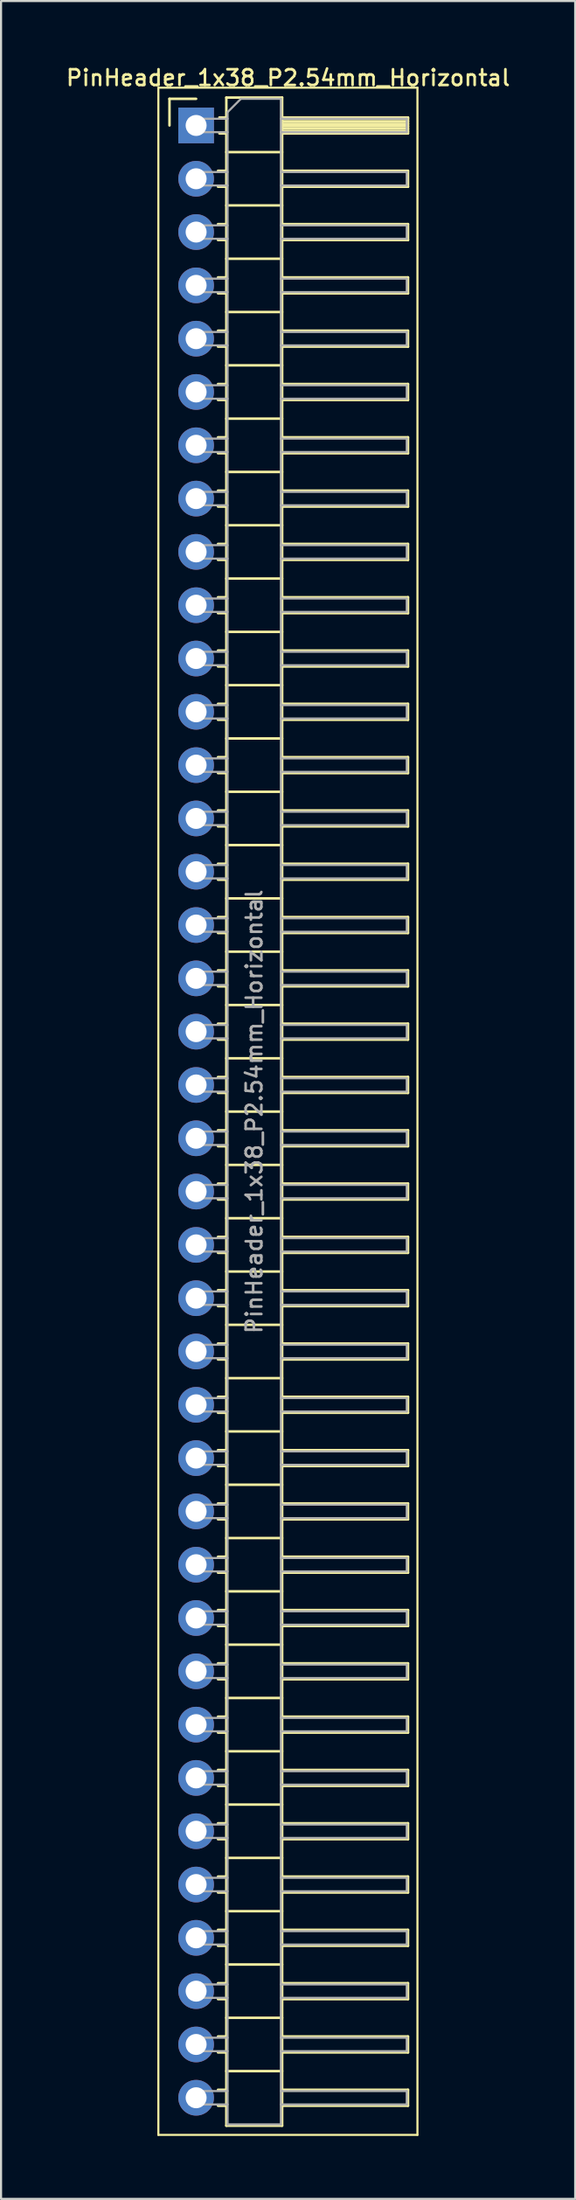
<source format=kicad_pcb>
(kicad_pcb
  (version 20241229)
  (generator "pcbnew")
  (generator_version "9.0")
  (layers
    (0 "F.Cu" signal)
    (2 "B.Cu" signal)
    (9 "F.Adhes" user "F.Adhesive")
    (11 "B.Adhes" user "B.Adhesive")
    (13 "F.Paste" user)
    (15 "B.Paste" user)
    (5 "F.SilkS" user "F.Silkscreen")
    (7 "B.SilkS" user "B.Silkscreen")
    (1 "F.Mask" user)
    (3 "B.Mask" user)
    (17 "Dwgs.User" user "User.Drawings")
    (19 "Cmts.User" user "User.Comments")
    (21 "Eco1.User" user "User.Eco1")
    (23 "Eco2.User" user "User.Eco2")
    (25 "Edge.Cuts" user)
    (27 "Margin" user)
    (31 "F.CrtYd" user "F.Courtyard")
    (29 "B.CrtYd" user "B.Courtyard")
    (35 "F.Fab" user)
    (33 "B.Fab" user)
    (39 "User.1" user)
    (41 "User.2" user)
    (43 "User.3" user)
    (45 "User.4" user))
  (footprint "PinHeader_1x38_P2.54mm_Horizontal"
    (layer "F.Cu")
    (at 6.299 2.928)
    (property "Reference" "PinHeader_1x38_P2.54mm_Horizontal" (at 4.385 -2.27 0) (layer "F.SilkS") (effects (font (size 0.75 0.75) (thickness 0.125))))
    (attr through_hole)
    (fp_line (start -1.8 -1.8) (end -1.8 95.75) (stroke (width 0.1) (type solid)) (layer "F.SilkS"))
    (fp_line (start -1.8 95.75) (end 10.55 95.75) (stroke (width 0.1) (type solid)) (layer "F.SilkS"))
    (fp_line (start -1.27 -1.27) (end 0 -1.27) (stroke (width 0.12) (type solid)) (layer "F.SilkS"))
    (fp_line (start -1.27 0) (end -1.27 -1.27) (stroke (width 0.12) (type solid)) (layer "F.SilkS"))
    (fp_line (start 1.043 2.16) (end 1.44 2.16) (stroke (width 0.12) (type solid)) (layer "F.SilkS"))
    (fp_line (start 1.043 2.92) (end 1.44 2.92) (stroke (width 0.12) (type solid)) (layer "F.SilkS"))
    (fp_line (start 1.043 4.7) (end 1.44 4.7) (stroke (width 0.12) (type solid)) (layer "F.SilkS"))
    (fp_line (start 1.043 5.46) (end 1.44 5.46) (stroke (width 0.12) (type solid)) (layer "F.SilkS"))
    (fp_line (start 1.043 7.24) (end 1.44 7.24) (stroke (width 0.12) (type solid)) (layer "F.SilkS"))
    (fp_line (start 1.043 8) (end 1.44 8) (stroke (width 0.12) (type solid)) (layer "F.SilkS"))
    (fp_line (start 1.043 9.78) (end 1.44 9.78) (stroke (width 0.12) (type solid)) (layer "F.SilkS"))
    (fp_line (start 1.043 10.54) (end 1.44 10.54) (stroke (width 0.12) (type solid)) (layer "F.SilkS"))
    (fp_line (start 1.043 12.32) (end 1.44 12.32) (stroke (width 0.12) (type solid)) (layer "F.SilkS"))
    (fp_line (start 1.043 13.08) (end 1.44 13.08) (stroke (width 0.12) (type solid)) (layer "F.SilkS"))
    (fp_line (start 1.043 14.86) (end 1.44 14.86) (stroke (width 0.12) (type solid)) (layer "F.SilkS"))
    (fp_line (start 1.043 15.62) (end 1.44 15.62) (stroke (width 0.12) (type solid)) (layer "F.SilkS"))
    (fp_line (start 1.043 17.4) (end 1.44 17.4) (stroke (width 0.12) (type solid)) (layer "F.SilkS"))
    (fp_line (start 1.043 18.16) (end 1.44 18.16) (stroke (width 0.12) (type solid)) (layer "F.SilkS"))
    (fp_line (start 1.043 19.94) (end 1.44 19.94) (stroke (width 0.12) (type solid)) (layer "F.SilkS"))
    (fp_line (start 1.043 20.7) (end 1.44 20.7) (stroke (width 0.12) (type solid)) (layer "F.SilkS"))
    (fp_line (start 1.043 22.48) (end 1.44 22.48) (stroke (width 0.12) (type solid)) (layer "F.SilkS"))
    (fp_line (start 1.043 23.24) (end 1.44 23.24) (stroke (width 0.12) (type solid)) (layer "F.SilkS"))
    (fp_line (start 1.043 25.02) (end 1.44 25.02) (stroke (width 0.12) (type solid)) (layer "F.SilkS"))
    (fp_line (start 1.043 25.78) (end 1.44 25.78) (stroke (width 0.12) (type solid)) (layer "F.SilkS"))
    (fp_line (start 1.043 27.56) (end 1.44 27.56) (stroke (width 0.12) (type solid)) (layer "F.SilkS"))
    (fp_line (start 1.043 28.32) (end 1.44 28.32) (stroke (width 0.12) (type solid)) (layer "F.SilkS"))
    (fp_line (start 1.043 30.1) (end 1.44 30.1) (stroke (width 0.12) (type solid)) (layer "F.SilkS"))
    (fp_line (start 1.043 30.86) (end 1.44 30.86) (stroke (width 0.12) (type solid)) (layer "F.SilkS"))
    (fp_line (start 1.043 32.64) (end 1.44 32.64) (stroke (width 0.12) (type solid)) (layer "F.SilkS"))
    (fp_line (start 1.043 33.4) (end 1.44 33.4) (stroke (width 0.12) (type solid)) (layer "F.SilkS"))
    (fp_line (start 1.043 35.18) (end 1.44 35.18) (stroke (width 0.12) (type solid)) (layer "F.SilkS"))
    (fp_line (start 1.043 35.94) (end 1.44 35.94) (stroke (width 0.12) (type solid)) (layer "F.SilkS"))
    (fp_line (start 1.043 37.72) (end 1.44 37.72) (stroke (width 0.12) (type solid)) (layer "F.SilkS"))
    (fp_line (start 1.043 38.48) (end 1.44 38.48) (stroke (width 0.12) (type solid)) (layer "F.SilkS"))
    (fp_line (start 1.043 40.26) (end 1.44 40.26) (stroke (width 0.12) (type solid)) (layer "F.SilkS"))
    (fp_line (start 1.043 41.02) (end 1.44 41.02) (stroke (width 0.12) (type solid)) (layer "F.SilkS"))
    (fp_line (start 1.043 42.8) (end 1.44 42.8) (stroke (width 0.12) (type solid)) (layer "F.SilkS"))
    (fp_line (start 1.043 43.56) (end 1.44 43.56) (stroke (width 0.12) (type solid)) (layer "F.SilkS"))
    (fp_line (start 1.043 45.34) (end 1.44 45.34) (stroke (width 0.12) (type solid)) (layer "F.SilkS"))
    (fp_line (start 1.043 46.1) (end 1.44 46.1) (stroke (width 0.12) (type solid)) (layer "F.SilkS"))
    (fp_line (start 1.043 47.88) (end 1.44 47.88) (stroke (width 0.12) (type solid)) (layer "F.SilkS"))
    (fp_line (start 1.043 48.64) (end 1.44 48.64) (stroke (width 0.12) (type solid)) (layer "F.SilkS"))
    (fp_line (start 1.043 50.42) (end 1.44 50.42) (stroke (width 0.12) (type solid)) (layer "F.SilkS"))
    (fp_line (start 1.043 51.18) (end 1.44 51.18) (stroke (width 0.12) (type solid)) (layer "F.SilkS"))
    (fp_line (start 1.043 52.96) (end 1.44 52.96) (stroke (width 0.12) (type solid)) (layer "F.SilkS"))
    (fp_line (start 1.043 53.72) (end 1.44 53.72) (stroke (width 0.12) (type solid)) (layer "F.SilkS"))
    (fp_line (start 1.043 55.5) (end 1.44 55.5) (stroke (width 0.12) (type solid)) (layer "F.SilkS"))
    (fp_line (start 1.043 56.26) (end 1.44 56.26) (stroke (width 0.12) (type solid)) (layer "F.SilkS"))
    (fp_line (start 1.043 58.04) (end 1.44 58.04) (stroke (width 0.12) (type solid)) (layer "F.SilkS"))
    (fp_line (start 1.043 58.8) (end 1.44 58.8) (stroke (width 0.12) (type solid)) (layer "F.SilkS"))
    (fp_line (start 1.043 60.58) (end 1.44 60.58) (stroke (width 0.12) (type solid)) (layer "F.SilkS"))
    (fp_line (start 1.043 61.34) (end 1.44 61.34) (stroke (width 0.12) (type solid)) (layer "F.SilkS"))
    (fp_line (start 1.043 63.12) (end 1.44 63.12) (stroke (width 0.12) (type solid)) (layer "F.SilkS"))
    (fp_line (start 1.043 63.88) (end 1.44 63.88) (stroke (width 0.12) (type solid)) (layer "F.SilkS"))
    (fp_line (start 1.043 65.66) (end 1.44 65.66) (stroke (width 0.12) (type solid)) (layer "F.SilkS"))
    (fp_line (start 1.043 66.42) (end 1.44 66.42) (stroke (width 0.12) (type solid)) (layer "F.SilkS"))
    (fp_line (start 1.043 68.2) (end 1.44 68.2) (stroke (width 0.12) (type solid)) (layer "F.SilkS"))
    (fp_line (start 1.043 68.96) (end 1.44 68.96) (stroke (width 0.12) (type solid)) (layer "F.SilkS"))
    (fp_line (start 1.043 70.74) (end 1.44 70.74) (stroke (width 0.12) (type solid)) (layer "F.SilkS"))
    (fp_line (start 1.043 71.5) (end 1.44 71.5) (stroke (width 0.12) (type solid)) (layer "F.SilkS"))
    (fp_line (start 1.043 73.28) (end 1.44 73.28) (stroke (width 0.12) (type solid)) (layer "F.SilkS"))
    (fp_line (start 1.043 74.04) (end 1.44 74.04) (stroke (width 0.12) (type solid)) (layer "F.SilkS"))
    (fp_line (start 1.043 75.82) (end 1.44 75.82) (stroke (width 0.12) (type solid)) (layer "F.SilkS"))
    (fp_line (start 1.043 76.58) (end 1.44 76.58) (stroke (width 0.12) (type solid)) (layer "F.SilkS"))
    (fp_line (start 1.043 78.36) (end 1.44 78.36) (stroke (width 0.12) (type solid)) (layer "F.SilkS"))
    (fp_line (start 1.043 79.12) (end 1.44 79.12) (stroke (width 0.12) (type solid)) (layer "F.SilkS"))
    (fp_line (start 1.043 80.9) (end 1.44 80.9) (stroke (width 0.12) (type solid)) (layer "F.SilkS"))
    (fp_line (start 1.043 81.66) (end 1.44 81.66) (stroke (width 0.12) (type solid)) (layer "F.SilkS"))
    (fp_line (start 1.043 83.44) (end 1.44 83.44) (stroke (width 0.12) (type solid)) (layer "F.SilkS"))
    (fp_line (start 1.043 84.2) (end 1.44 84.2) (stroke (width 0.12) (type solid)) (layer "F.SilkS"))
    (fp_line (start 1.043 85.98) (end 1.44 85.98) (stroke (width 0.12) (type solid)) (layer "F.SilkS"))
    (fp_line (start 1.043 86.74) (end 1.44 86.74) (stroke (width 0.12) (type solid)) (layer "F.SilkS"))
    (fp_line (start 1.043 88.52) (end 1.44 88.52) (stroke (width 0.12) (type solid)) (layer "F.SilkS"))
    (fp_line (start 1.043 89.28) (end 1.44 89.28) (stroke (width 0.12) (type solid)) (layer "F.SilkS"))
    (fp_line (start 1.043 91.06) (end 1.44 91.06) (stroke (width 0.12) (type solid)) (layer "F.SilkS"))
    (fp_line (start 1.043 91.82) (end 1.44 91.82) (stroke (width 0.12) (type solid)) (layer "F.SilkS"))
    (fp_line (start 1.043 93.6) (end 1.44 93.6) (stroke (width 0.12) (type solid)) (layer "F.SilkS"))
    (fp_line (start 1.043 94.36) (end 1.44 94.36) (stroke (width 0.12) (type solid)) (layer "F.SilkS"))
    (fp_line (start 1.11 -0.38) (end 1.44 -0.38) (stroke (width 0.12) (type solid)) (layer "F.SilkS"))
    (fp_line (start 1.11 0.38) (end 1.44 0.38) (stroke (width 0.12) (type solid)) (layer "F.SilkS"))
    (fp_line (start 1.44 -1.33) (end 1.44 95.31) (stroke (width 0.12) (type solid)) (layer "F.SilkS"))
    (fp_line (start 1.44 1.27) (end 4.1 1.27) (stroke (width 0.12) (type solid)) (layer "F.SilkS"))
    (fp_line (start 1.44 3.81) (end 4.1 3.81) (stroke (width 0.12) (type solid)) (layer "F.SilkS"))
    (fp_line (start 1.44 6.35) (end 4.1 6.35) (stroke (width 0.12) (type solid)) (layer "F.SilkS"))
    (fp_line (start 1.44 8.89) (end 4.1 8.89) (stroke (width 0.12) (type solid)) (layer "F.SilkS"))
    (fp_line (start 1.44 11.43) (end 4.1 11.43) (stroke (width 0.12) (type solid)) (layer "F.SilkS"))
    (fp_line (start 1.44 13.97) (end 4.1 13.97) (stroke (width 0.12) (type solid)) (layer "F.SilkS"))
    (fp_line (start 1.44 16.51) (end 4.1 16.51) (stroke (width 0.12) (type solid)) (layer "F.SilkS"))
    (fp_line (start 1.44 19.05) (end 4.1 19.05) (stroke (width 0.12) (type solid)) (layer "F.SilkS"))
    (fp_line (start 1.44 21.59) (end 4.1 21.59) (stroke (width 0.12) (type solid)) (layer "F.SilkS"))
    (fp_line (start 1.44 24.13) (end 4.1 24.13) (stroke (width 0.12) (type solid)) (layer "F.SilkS"))
    (fp_line (start 1.44 26.67) (end 4.1 26.67) (stroke (width 0.12) (type solid)) (layer "F.SilkS"))
    (fp_line (start 1.44 29.21) (end 4.1 29.21) (stroke (width 0.12) (type solid)) (layer "F.SilkS"))
    (fp_line (start 1.44 31.75) (end 4.1 31.75) (stroke (width 0.12) (type solid)) (layer "F.SilkS"))
    (fp_line (start 1.44 34.29) (end 4.1 34.29) (stroke (width 0.12) (type solid)) (layer "F.SilkS"))
    (fp_line (start 1.44 36.83) (end 4.1 36.83) (stroke (width 0.12) (type solid)) (layer "F.SilkS"))
    (fp_line (start 1.44 39.37) (end 4.1 39.37) (stroke (width 0.12) (type solid)) (layer "F.SilkS"))
    (fp_line (start 1.44 41.91) (end 4.1 41.91) (stroke (width 0.12) (type solid)) (layer "F.SilkS"))
    (fp_line (start 1.44 44.45) (end 4.1 44.45) (stroke (width 0.12) (type solid)) (layer "F.SilkS"))
    (fp_line (start 1.44 46.99) (end 4.1 46.99) (stroke (width 0.12) (type solid)) (layer "F.SilkS"))
    (fp_line (start 1.44 49.53) (end 4.1 49.53) (stroke (width 0.12) (type solid)) (layer "F.SilkS"))
    (fp_line (start 1.44 52.07) (end 4.1 52.07) (stroke (width 0.12) (type solid)) (layer "F.SilkS"))
    (fp_line (start 1.44 54.61) (end 4.1 54.61) (stroke (width 0.12) (type solid)) (layer "F.SilkS"))
    (fp_line (start 1.44 57.15) (end 4.1 57.15) (stroke (width 0.12) (type solid)) (layer "F.SilkS"))
    (fp_line (start 1.44 59.69) (end 4.1 59.69) (stroke (width 0.12) (type solid)) (layer "F.SilkS"))
    (fp_line (start 1.44 62.23) (end 4.1 62.23) (stroke (width 0.12) (type solid)) (layer "F.SilkS"))
    (fp_line (start 1.44 64.77) (end 4.1 64.77) (stroke (width 0.12) (type solid)) (layer "F.SilkS"))
    (fp_line (start 1.44 67.31) (end 4.1 67.31) (stroke (width 0.12) (type solid)) (layer "F.SilkS"))
    (fp_line (start 1.44 69.85) (end 4.1 69.85) (stroke (width 0.12) (type solid)) (layer "F.SilkS"))
    (fp_line (start 1.44 72.39) (end 4.1 72.39) (stroke (width 0.12) (type solid)) (layer "F.SilkS"))
    (fp_line (start 1.44 74.93) (end 4.1 74.93) (stroke (width 0.12) (type solid)) (layer "F.SilkS"))
    (fp_line (start 1.44 77.47) (end 4.1 77.47) (stroke (width 0.12) (type solid)) (layer "F.SilkS"))
    (fp_line (start 1.44 80.01) (end 4.1 80.01) (stroke (width 0.12) (type solid)) (layer "F.SilkS"))
    (fp_line (start 1.44 82.55) (end 4.1 82.55) (stroke (width 0.12) (type solid)) (layer "F.SilkS"))
    (fp_line (start 1.44 85.09) (end 4.1 85.09) (stroke (width 0.12) (type solid)) (layer "F.SilkS"))
    (fp_line (start 1.44 87.63) (end 4.1 87.63) (stroke (width 0.12) (type solid)) (layer "F.SilkS"))
    (fp_line (start 1.44 90.17) (end 4.1 90.17) (stroke (width 0.12) (type solid)) (layer "F.SilkS"))
    (fp_line (start 1.44 92.71) (end 4.1 92.71) (stroke (width 0.12) (type solid)) (layer "F.SilkS"))
    (fp_line (start 1.44 95.31) (end 4.1 95.31) (stroke (width 0.12) (type solid)) (layer "F.SilkS"))
    (fp_line (start 4.1 -1.33) (end 1.44 -1.33) (stroke (width 0.12) (type solid)) (layer "F.SilkS"))
    (fp_line (start 4.1 -0.38) (end 10.1 -0.38) (stroke (width 0.12) (type solid)) (layer "F.SilkS"))
    (fp_line (start 4.1 -0.32) (end 10.1 -0.32) (stroke (width 0.12) (type solid)) (layer "F.SilkS"))
    (fp_line (start 4.1 -0.2) (end 10.1 -0.2) (stroke (width 0.12) (type solid)) (layer "F.SilkS"))
    (fp_line (start 4.1 -0.08) (end 10.1 -0.08) (stroke (width 0.12) (type solid)) (layer "F.SilkS"))
    (fp_line (start 4.1 0.04) (end 10.1 0.04) (stroke (width 0.12) (type solid)) (layer "F.SilkS"))
    (fp_line (start 4.1 0.16) (end 10.1 0.16) (stroke (width 0.12) (type solid)) (layer "F.SilkS"))
    (fp_line (start 4.1 0.28) (end 10.1 0.28) (stroke (width 0.12) (type solid)) (layer "F.SilkS"))
    (fp_line (start 4.1 2.16) (end 10.1 2.16) (stroke (width 0.12) (type solid)) (layer "F.SilkS"))
    (fp_line (start 4.1 4.7) (end 10.1 4.7) (stroke (width 0.12) (type solid)) (layer "F.SilkS"))
    (fp_line (start 4.1 7.24) (end 10.1 7.24) (stroke (width 0.12) (type solid)) (layer "F.SilkS"))
    (fp_line (start 4.1 9.78) (end 10.1 9.78) (stroke (width 0.12) (type solid)) (layer "F.SilkS"))
    (fp_line (start 4.1 12.32) (end 10.1 12.32) (stroke (width 0.12) (type solid)) (layer "F.SilkS"))
    (fp_line (start 4.1 14.86) (end 10.1 14.86) (stroke (width 0.12) (type solid)) (layer "F.SilkS"))
    (fp_line (start 4.1 17.4) (end 10.1 17.4) (stroke (width 0.12) (type solid)) (layer "F.SilkS"))
    (fp_line (start 4.1 19.94) (end 10.1 19.94) (stroke (width 0.12) (type solid)) (layer "F.SilkS"))
    (fp_line (start 4.1 22.48) (end 10.1 22.48) (stroke (width 0.12) (type solid)) (layer "F.SilkS"))
    (fp_line (start 4.1 25.02) (end 10.1 25.02) (stroke (width 0.12) (type solid)) (layer "F.SilkS"))
    (fp_line (start 4.1 27.56) (end 10.1 27.56) (stroke (width 0.12) (type solid)) (layer "F.SilkS"))
    (fp_line (start 4.1 30.1) (end 10.1 30.1) (stroke (width 0.12) (type solid)) (layer "F.SilkS"))
    (fp_line (start 4.1 32.64) (end 10.1 32.64) (stroke (width 0.12) (type solid)) (layer "F.SilkS"))
    (fp_line (start 4.1 35.18) (end 10.1 35.18) (stroke (width 0.12) (type solid)) (layer "F.SilkS"))
    (fp_line (start 4.1 37.72) (end 10.1 37.72) (stroke (width 0.12) (type solid)) (layer "F.SilkS"))
    (fp_line (start 4.1 40.26) (end 10.1 40.26) (stroke (width 0.12) (type solid)) (layer "F.SilkS"))
    (fp_line (start 4.1 42.8) (end 10.1 42.8) (stroke (width 0.12) (type solid)) (layer "F.SilkS"))
    (fp_line (start 4.1 45.34) (end 10.1 45.34) (stroke (width 0.12) (type solid)) (layer "F.SilkS"))
    (fp_line (start 4.1 47.88) (end 10.1 47.88) (stroke (width 0.12) (type solid)) (layer "F.SilkS"))
    (fp_line (start 4.1 50.42) (end 10.1 50.42) (stroke (width 0.12) (type solid)) (layer "F.SilkS"))
    (fp_line (start 4.1 52.96) (end 10.1 52.96) (stroke (width 0.12) (type solid)) (layer "F.SilkS"))
    (fp_line (start 4.1 55.5) (end 10.1 55.5) (stroke (width 0.12) (type solid)) (layer "F.SilkS"))
    (fp_line (start 4.1 58.04) (end 10.1 58.04) (stroke (width 0.12) (type solid)) (layer "F.SilkS"))
    (fp_line (start 4.1 60.58) (end 10.1 60.58) (stroke (width 0.12) (type solid)) (layer "F.SilkS"))
    (fp_line (start 4.1 63.12) (end 10.1 63.12) (stroke (width 0.12) (type solid)) (layer "F.SilkS"))
    (fp_line (start 4.1 65.66) (end 10.1 65.66) (stroke (width 0.12) (type solid)) (layer "F.SilkS"))
    (fp_line (start 4.1 68.2) (end 10.1 68.2) (stroke (width 0.12) (type solid)) (layer "F.SilkS"))
    (fp_line (start 4.1 70.74) (end 10.1 70.74) (stroke (width 0.12) (type solid)) (layer "F.SilkS"))
    (fp_line (start 4.1 73.28) (end 10.1 73.28) (stroke (width 0.12) (type solid)) (layer "F.SilkS"))
    (fp_line (start 4.1 75.82) (end 10.1 75.82) (stroke (width 0.12) (type solid)) (layer "F.SilkS"))
    (fp_line (start 4.1 78.36) (end 10.1 78.36) (stroke (width 0.12) (type solid)) (layer "F.SilkS"))
    (fp_line (start 4.1 80.9) (end 10.1 80.9) (stroke (width 0.12) (type solid)) (layer "F.SilkS"))
    (fp_line (start 4.1 83.44) (end 10.1 83.44) (stroke (width 0.12) (type solid)) (layer "F.SilkS"))
    (fp_line (start 4.1 85.98) (end 10.1 85.98) (stroke (width 0.12) (type solid)) (layer "F.SilkS"))
    (fp_line (start 4.1 88.52) (end 10.1 88.52) (stroke (width 0.12) (type solid)) (layer "F.SilkS"))
    (fp_line (start 4.1 91.06) (end 10.1 91.06) (stroke (width 0.12) (type solid)) (layer "F.SilkS"))
    (fp_line (start 4.1 93.6) (end 10.1 93.6) (stroke (width 0.12) (type solid)) (layer "F.SilkS"))
    (fp_line (start 4.1 95.31) (end 4.1 -1.33) (stroke (width 0.12) (type solid)) (layer "F.SilkS"))
    (fp_line (start 10.1 -0.38) (end 10.1 0.38) (stroke (width 0.12) (type solid)) (layer "F.SilkS"))
    (fp_line (start 10.1 0.38) (end 4.1 0.38) (stroke (width 0.12) (type solid)) (layer "F.SilkS"))
    (fp_line (start 10.1 2.16) (end 10.1 2.92) (stroke (width 0.12) (type solid)) (layer "F.SilkS"))
    (fp_line (start 10.1 2.92) (end 4.1 2.92) (stroke (width 0.12) (type solid)) (layer "F.SilkS"))
    (fp_line (start 10.1 4.7) (end 10.1 5.46) (stroke (width 0.12) (type solid)) (layer "F.SilkS"))
    (fp_line (start 10.1 5.46) (end 4.1 5.46) (stroke (width 0.12) (type solid)) (layer "F.SilkS"))
    (fp_line (start 10.1 7.24) (end 10.1 8) (stroke (width 0.12) (type solid)) (layer "F.SilkS"))
    (fp_line (start 10.1 8) (end 4.1 8) (stroke (width 0.12) (type solid)) (layer "F.SilkS"))
    (fp_line (start 10.1 9.78) (end 10.1 10.54) (stroke (width 0.12) (type solid)) (layer "F.SilkS"))
    (fp_line (start 10.1 10.54) (end 4.1 10.54) (stroke (width 0.12) (type solid)) (layer "F.SilkS"))
    (fp_line (start 10.1 12.32) (end 10.1 13.08) (stroke (width 0.12) (type solid)) (layer "F.SilkS"))
    (fp_line (start 10.1 13.08) (end 4.1 13.08) (stroke (width 0.12) (type solid)) (layer "F.SilkS"))
    (fp_line (start 10.1 14.86) (end 10.1 15.62) (stroke (width 0.12) (type solid)) (layer "F.SilkS"))
    (fp_line (start 10.1 15.62) (end 4.1 15.62) (stroke (width 0.12) (type solid)) (layer "F.SilkS"))
    (fp_line (start 10.1 17.4) (end 10.1 18.16) (stroke (width 0.12) (type solid)) (layer "F.SilkS"))
    (fp_line (start 10.1 18.16) (end 4.1 18.16) (stroke (width 0.12) (type solid)) (layer "F.SilkS"))
    (fp_line (start 10.1 19.94) (end 10.1 20.7) (stroke (width 0.12) (type solid)) (layer "F.SilkS"))
    (fp_line (start 10.1 20.7) (end 4.1 20.7) (stroke (width 0.12) (type solid)) (layer "F.SilkS"))
    (fp_line (start 10.1 22.48) (end 10.1 23.24) (stroke (width 0.12) (type solid)) (layer "F.SilkS"))
    (fp_line (start 10.1 23.24) (end 4.1 23.24) (stroke (width 0.12) (type solid)) (layer "F.SilkS"))
    (fp_line (start 10.1 25.02) (end 10.1 25.78) (stroke (width 0.12) (type solid)) (layer "F.SilkS"))
    (fp_line (start 10.1 25.78) (end 4.1 25.78) (stroke (width 0.12) (type solid)) (layer "F.SilkS"))
    (fp_line (start 10.1 27.56) (end 10.1 28.32) (stroke (width 0.12) (type solid)) (layer "F.SilkS"))
    (fp_line (start 10.1 28.32) (end 4.1 28.32) (stroke (width 0.12) (type solid)) (layer "F.SilkS"))
    (fp_line (start 10.1 30.1) (end 10.1 30.86) (stroke (width 0.12) (type solid)) (layer "F.SilkS"))
    (fp_line (start 10.1 30.86) (end 4.1 30.86) (stroke (width 0.12) (type solid)) (layer "F.SilkS"))
    (fp_line (start 10.1 32.64) (end 10.1 33.4) (stroke (width 0.12) (type solid)) (layer "F.SilkS"))
    (fp_line (start 10.1 33.4) (end 4.1 33.4) (stroke (width 0.12) (type solid)) (layer "F.SilkS"))
    (fp_line (start 10.1 35.18) (end 10.1 35.94) (stroke (width 0.12) (type solid)) (layer "F.SilkS"))
    (fp_line (start 10.1 35.94) (end 4.1 35.94) (stroke (width 0.12) (type solid)) (layer "F.SilkS"))
    (fp_line (start 10.1 37.72) (end 10.1 38.48) (stroke (width 0.12) (type solid)) (layer "F.SilkS"))
    (fp_line (start 10.1 38.48) (end 4.1 38.48) (stroke (width 0.12) (type solid)) (layer "F.SilkS"))
    (fp_line (start 10.1 40.26) (end 10.1 41.02) (stroke (width 0.12) (type solid)) (layer "F.SilkS"))
    (fp_line (start 10.1 41.02) (end 4.1 41.02) (stroke (width 0.12) (type solid)) (layer "F.SilkS"))
    (fp_line (start 10.1 42.8) (end 10.1 43.56) (stroke (width 0.12) (type solid)) (layer "F.SilkS"))
    (fp_line (start 10.1 43.56) (end 4.1 43.56) (stroke (width 0.12) (type solid)) (layer "F.SilkS"))
    (fp_line (start 10.1 45.34) (end 10.1 46.1) (stroke (width 0.12) (type solid)) (layer "F.SilkS"))
    (fp_line (start 10.1 46.1) (end 4.1 46.1) (stroke (width 0.12) (type solid)) (layer "F.SilkS"))
    (fp_line (start 10.1 47.88) (end 10.1 48.64) (stroke (width 0.12) (type solid)) (layer "F.SilkS"))
    (fp_line (start 10.1 48.64) (end 4.1 48.64) (stroke (width 0.12) (type solid)) (layer "F.SilkS"))
    (fp_line (start 10.1 50.42) (end 10.1 51.18) (stroke (width 0.12) (type solid)) (layer "F.SilkS"))
    (fp_line (start 10.1 51.18) (end 4.1 51.18) (stroke (width 0.12) (type solid)) (layer "F.SilkS"))
    (fp_line (start 10.1 52.96) (end 10.1 53.72) (stroke (width 0.12) (type solid)) (layer "F.SilkS"))
    (fp_line (start 10.1 53.72) (end 4.1 53.72) (stroke (width 0.12) (type solid)) (layer "F.SilkS"))
    (fp_line (start 10.1 55.5) (end 10.1 56.26) (stroke (width 0.12) (type solid)) (layer "F.SilkS"))
    (fp_line (start 10.1 56.26) (end 4.1 56.26) (stroke (width 0.12) (type solid)) (layer "F.SilkS"))
    (fp_line (start 10.1 58.04) (end 10.1 58.8) (stroke (width 0.12) (type solid)) (layer "F.SilkS"))
    (fp_line (start 10.1 58.8) (end 4.1 58.8) (stroke (width 0.12) (type solid)) (layer "F.SilkS"))
    (fp_line (start 10.1 60.58) (end 10.1 61.34) (stroke (width 0.12) (type solid)) (layer "F.SilkS"))
    (fp_line (start 10.1 61.34) (end 4.1 61.34) (stroke (width 0.12) (type solid)) (layer "F.SilkS"))
    (fp_line (start 10.1 63.12) (end 10.1 63.88) (stroke (width 0.12) (type solid)) (layer "F.SilkS"))
    (fp_line (start 10.1 63.88) (end 4.1 63.88) (stroke (width 0.12) (type solid)) (layer "F.SilkS"))
    (fp_line (start 10.1 65.66) (end 10.1 66.42) (stroke (width 0.12) (type solid)) (layer "F.SilkS"))
    (fp_line (start 10.1 66.42) (end 4.1 66.42) (stroke (width 0.12) (type solid)) (layer "F.SilkS"))
    (fp_line (start 10.1 68.2) (end 10.1 68.96) (stroke (width 0.12) (type solid)) (layer "F.SilkS"))
    (fp_line (start 10.1 68.96) (end 4.1 68.96) (stroke (width 0.12) (type solid)) (layer "F.SilkS"))
    (fp_line (start 10.1 70.74) (end 10.1 71.5) (stroke (width 0.12) (type solid)) (layer "F.SilkS"))
    (fp_line (start 10.1 71.5) (end 4.1 71.5) (stroke (width 0.12) (type solid)) (layer "F.SilkS"))
    (fp_line (start 10.1 73.28) (end 10.1 74.04) (stroke (width 0.12) (type solid)) (layer "F.SilkS"))
    (fp_line (start 10.1 74.04) (end 4.1 74.04) (stroke (width 0.12) (type solid)) (layer "F.SilkS"))
    (fp_line (start 10.1 75.82) (end 10.1 76.58) (stroke (width 0.12) (type solid)) (layer "F.SilkS"))
    (fp_line (start 10.1 76.58) (end 4.1 76.58) (stroke (width 0.12) (type solid)) (layer "F.SilkS"))
    (fp_line (start 10.1 78.36) (end 10.1 79.12) (stroke (width 0.12) (type solid)) (layer "F.SilkS"))
    (fp_line (start 10.1 79.12) (end 4.1 79.12) (stroke (width 0.12) (type solid)) (layer "F.SilkS"))
    (fp_line (start 10.1 80.9) (end 10.1 81.66) (stroke (width 0.12) (type solid)) (layer "F.SilkS"))
    (fp_line (start 10.1 81.66) (end 4.1 81.66) (stroke (width 0.12) (type solid)) (layer "F.SilkS"))
    (fp_line (start 10.1 83.44) (end 10.1 84.2) (stroke (width 0.12) (type solid)) (layer "F.SilkS"))
    (fp_line (start 10.1 84.2) (end 4.1 84.2) (stroke (width 0.12) (type solid)) (layer "F.SilkS"))
    (fp_line (start 10.1 85.98) (end 10.1 86.74) (stroke (width 0.12) (type solid)) (layer "F.SilkS"))
    (fp_line (start 10.1 86.74) (end 4.1 86.74) (stroke (width 0.12) (type solid)) (layer "F.SilkS"))
    (fp_line (start 10.1 88.52) (end 10.1 89.28) (stroke (width 0.12) (type solid)) (layer "F.SilkS"))
    (fp_line (start 10.1 89.28) (end 4.1 89.28) (stroke (width 0.12) (type solid)) (layer "F.SilkS"))
    (fp_line (start 10.1 91.06) (end 10.1 91.82) (stroke (width 0.12) (type solid)) (layer "F.SilkS"))
    (fp_line (start 10.1 91.82) (end 4.1 91.82) (stroke (width 0.12) (type solid)) (layer "F.SilkS"))
    (fp_line (start 10.1 93.6) (end 10.1 94.36) (stroke (width 0.12) (type solid)) (layer "F.SilkS"))
    (fp_line (start 10.1 94.36) (end 4.1 94.36) (stroke (width 0.12) (type solid)) (layer "F.SilkS"))
    (fp_line (start 10.55 -1.8) (end -1.8 -1.8) (stroke (width 0.1) (type solid)) (layer "F.SilkS"))
    (fp_line (start 10.55 95.75) (end 10.55 -1.8) (stroke (width 0.1) (type solid)) (layer "F.SilkS"))
    (fp_line (start -0.32 -0.32) (end -0.32 0.32) (stroke (width 0.1) (type solid)) (layer "F.Fab"))
    (fp_line (start -0.32 -0.32) (end 1.5 -0.32) (stroke (width 0.1) (type solid)) (layer "F.Fab"))
    (fp_line (start -0.32 0.32) (end 1.5 0.32) (stroke (width 0.1) (type solid)) (layer "F.Fab"))
    (fp_line (start -0.32 2.22) (end -0.32 2.86) (stroke (width 0.1) (type solid)) (layer "F.Fab"))
    (fp_line (start -0.32 2.22) (end 1.5 2.22) (stroke (width 0.1) (type solid)) (layer "F.Fab"))
    (fp_line (start -0.32 2.86) (end 1.5 2.86) (stroke (width 0.1) (type solid)) (layer "F.Fab"))
    (fp_line (start -0.32 4.76) (end -0.32 5.4) (stroke (width 0.1) (type solid)) (layer "F.Fab"))
    (fp_line (start -0.32 4.76) (end 1.5 4.76) (stroke (width 0.1) (type solid)) (layer "F.Fab"))
    (fp_line (start -0.32 5.4) (end 1.5 5.4) (stroke (width 0.1) (type solid)) (layer "F.Fab"))
    (fp_line (start -0.32 7.3) (end -0.32 7.94) (stroke (width 0.1) (type solid)) (layer "F.Fab"))
    (fp_line (start -0.32 7.3) (end 1.5 7.3) (stroke (width 0.1) (type solid)) (layer "F.Fab"))
    (fp_line (start -0.32 7.94) (end 1.5 7.94) (stroke (width 0.1) (type solid)) (layer "F.Fab"))
    (fp_line (start -0.32 9.84) (end -0.32 10.48) (stroke (width 0.1) (type solid)) (layer "F.Fab"))
    (fp_line (start -0.32 9.84) (end 1.5 9.84) (stroke (width 0.1) (type solid)) (layer "F.Fab"))
    (fp_line (start -0.32 10.48) (end 1.5 10.48) (stroke (width 0.1) (type solid)) (layer "F.Fab"))
    (fp_line (start -0.32 12.38) (end -0.32 13.02) (stroke (width 0.1) (type solid)) (layer "F.Fab"))
    (fp_line (start -0.32 12.38) (end 1.5 12.38) (stroke (width 0.1) (type solid)) (layer "F.Fab"))
    (fp_line (start -0.32 13.02) (end 1.5 13.02) (stroke (width 0.1) (type solid)) (layer "F.Fab"))
    (fp_line (start -0.32 14.92) (end -0.32 15.56) (stroke (width 0.1) (type solid)) (layer "F.Fab"))
    (fp_line (start -0.32 14.92) (end 1.5 14.92) (stroke (width 0.1) (type solid)) (layer "F.Fab"))
    (fp_line (start -0.32 15.56) (end 1.5 15.56) (stroke (width 0.1) (type solid)) (layer "F.Fab"))
    (fp_line (start -0.32 17.46) (end -0.32 18.1) (stroke (width 0.1) (type solid)) (layer "F.Fab"))
    (fp_line (start -0.32 17.46) (end 1.5 17.46) (stroke (width 0.1) (type solid)) (layer "F.Fab"))
    (fp_line (start -0.32 18.1) (end 1.5 18.1) (stroke (width 0.1) (type solid)) (layer "F.Fab"))
    (fp_line (start -0.32 20) (end -0.32 20.64) (stroke (width 0.1) (type solid)) (layer "F.Fab"))
    (fp_line (start -0.32 20) (end 1.5 20) (stroke (width 0.1) (type solid)) (layer "F.Fab"))
    (fp_line (start -0.32 20.64) (end 1.5 20.64) (stroke (width 0.1) (type solid)) (layer "F.Fab"))
    (fp_line (start -0.32 22.54) (end -0.32 23.18) (stroke (width 0.1) (type solid)) (layer "F.Fab"))
    (fp_line (start -0.32 22.54) (end 1.5 22.54) (stroke (width 0.1) (type solid)) (layer "F.Fab"))
    (fp_line (start -0.32 23.18) (end 1.5 23.18) (stroke (width 0.1) (type solid)) (layer "F.Fab"))
    (fp_line (start -0.32 25.08) (end -0.32 25.72) (stroke (width 0.1) (type solid)) (layer "F.Fab"))
    (fp_line (start -0.32 25.08) (end 1.5 25.08) (stroke (width 0.1) (type solid)) (layer "F.Fab"))
    (fp_line (start -0.32 25.72) (end 1.5 25.72) (stroke (width 0.1) (type solid)) (layer "F.Fab"))
    (fp_line (start -0.32 27.62) (end -0.32 28.26) (stroke (width 0.1) (type solid)) (layer "F.Fab"))
    (fp_line (start -0.32 27.62) (end 1.5 27.62) (stroke (width 0.1) (type solid)) (layer "F.Fab"))
    (fp_line (start -0.32 28.26) (end 1.5 28.26) (stroke (width 0.1) (type solid)) (layer "F.Fab"))
    (fp_line (start -0.32 30.16) (end -0.32 30.8) (stroke (width 0.1) (type solid)) (layer "F.Fab"))
    (fp_line (start -0.32 30.16) (end 1.5 30.16) (stroke (width 0.1) (type solid)) (layer "F.Fab"))
    (fp_line (start -0.32 30.8) (end 1.5 30.8) (stroke (width 0.1) (type solid)) (layer "F.Fab"))
    (fp_line (start -0.32 32.7) (end -0.32 33.34) (stroke (width 0.1) (type solid)) (layer "F.Fab"))
    (fp_line (start -0.32 32.7) (end 1.5 32.7) (stroke (width 0.1) (type solid)) (layer "F.Fab"))
    (fp_line (start -0.32 33.34) (end 1.5 33.34) (stroke (width 0.1) (type solid)) (layer "F.Fab"))
    (fp_line (start -0.32 35.24) (end -0.32 35.88) (stroke (width 0.1) (type solid)) (layer "F.Fab"))
    (fp_line (start -0.32 35.24) (end 1.5 35.24) (stroke (width 0.1) (type solid)) (layer "F.Fab"))
    (fp_line (start -0.32 35.88) (end 1.5 35.88) (stroke (width 0.1) (type solid)) (layer "F.Fab"))
    (fp_line (start -0.32 37.78) (end -0.32 38.42) (stroke (width 0.1) (type solid)) (layer "F.Fab"))
    (fp_line (start -0.32 37.78) (end 1.5 37.78) (stroke (width 0.1) (type solid)) (layer "F.Fab"))
    (fp_line (start -0.32 38.42) (end 1.5 38.42) (stroke (width 0.1) (type solid)) (layer "F.Fab"))
    (fp_line (start -0.32 40.32) (end -0.32 40.96) (stroke (width 0.1) (type solid)) (layer "F.Fab"))
    (fp_line (start -0.32 40.32) (end 1.5 40.32) (stroke (width 0.1) (type solid)) (layer "F.Fab"))
    (fp_line (start -0.32 40.96) (end 1.5 40.96) (stroke (width 0.1) (type solid)) (layer "F.Fab"))
    (fp_line (start -0.32 42.86) (end -0.32 43.5) (stroke (width 0.1) (type solid)) (layer "F.Fab"))
    (fp_line (start -0.32 42.86) (end 1.5 42.86) (stroke (width 0.1) (type solid)) (layer "F.Fab"))
    (fp_line (start -0.32 43.5) (end 1.5 43.5) (stroke (width 0.1) (type solid)) (layer "F.Fab"))
    (fp_line (start -0.32 45.4) (end -0.32 46.04) (stroke (width 0.1) (type solid)) (layer "F.Fab"))
    (fp_line (start -0.32 45.4) (end 1.5 45.4) (stroke (width 0.1) (type solid)) (layer "F.Fab"))
    (fp_line (start -0.32 46.04) (end 1.5 46.04) (stroke (width 0.1) (type solid)) (layer "F.Fab"))
    (fp_line (start -0.32 47.94) (end -0.32 48.58) (stroke (width 0.1) (type solid)) (layer "F.Fab"))
    (fp_line (start -0.32 47.94) (end 1.5 47.94) (stroke (width 0.1) (type solid)) (layer "F.Fab"))
    (fp_line (start -0.32 48.58) (end 1.5 48.58) (stroke (width 0.1) (type solid)) (layer "F.Fab"))
    (fp_line (start -0.32 50.48) (end -0.32 51.12) (stroke (width 0.1) (type solid)) (layer "F.Fab"))
    (fp_line (start -0.32 50.48) (end 1.5 50.48) (stroke (width 0.1) (type solid)) (layer "F.Fab"))
    (fp_line (start -0.32 51.12) (end 1.5 51.12) (stroke (width 0.1) (type solid)) (layer "F.Fab"))
    (fp_line (start -0.32 53.02) (end -0.32 53.66) (stroke (width 0.1) (type solid)) (layer "F.Fab"))
    (fp_line (start -0.32 53.02) (end 1.5 53.02) (stroke (width 0.1) (type solid)) (layer "F.Fab"))
    (fp_line (start -0.32 53.66) (end 1.5 53.66) (stroke (width 0.1) (type solid)) (layer "F.Fab"))
    (fp_line (start -0.32 55.56) (end -0.32 56.2) (stroke (width 0.1) (type solid)) (layer "F.Fab"))
    (fp_line (start -0.32 55.56) (end 1.5 55.56) (stroke (width 0.1) (type solid)) (layer "F.Fab"))
    (fp_line (start -0.32 56.2) (end 1.5 56.2) (stroke (width 0.1) (type solid)) (layer "F.Fab"))
    (fp_line (start -0.32 58.1) (end -0.32 58.74) (stroke (width 0.1) (type solid)) (layer "F.Fab"))
    (fp_line (start -0.32 58.1) (end 1.5 58.1) (stroke (width 0.1) (type solid)) (layer "F.Fab"))
    (fp_line (start -0.32 58.74) (end 1.5 58.74) (stroke (width 0.1) (type solid)) (layer "F.Fab"))
    (fp_line (start -0.32 60.64) (end -0.32 61.28) (stroke (width 0.1) (type solid)) (layer "F.Fab"))
    (fp_line (start -0.32 60.64) (end 1.5 60.64) (stroke (width 0.1) (type solid)) (layer "F.Fab"))
    (fp_line (start -0.32 61.28) (end 1.5 61.28) (stroke (width 0.1) (type solid)) (layer "F.Fab"))
    (fp_line (start -0.32 63.18) (end -0.32 63.82) (stroke (width 0.1) (type solid)) (layer "F.Fab"))
    (fp_line (start -0.32 63.18) (end 1.5 63.18) (stroke (width 0.1) (type solid)) (layer "F.Fab"))
    (fp_line (start -0.32 63.82) (end 1.5 63.82) (stroke (width 0.1) (type solid)) (layer "F.Fab"))
    (fp_line (start -0.32 65.72) (end -0.32 66.36) (stroke (width 0.1) (type solid)) (layer "F.Fab"))
    (fp_line (start -0.32 65.72) (end 1.5 65.72) (stroke (width 0.1) (type solid)) (layer "F.Fab"))
    (fp_line (start -0.32 66.36) (end 1.5 66.36) (stroke (width 0.1) (type solid)) (layer "F.Fab"))
    (fp_line (start -0.32 68.26) (end -0.32 68.9) (stroke (width 0.1) (type solid)) (layer "F.Fab"))
    (fp_line (start -0.32 68.26) (end 1.5 68.26) (stroke (width 0.1) (type solid)) (layer "F.Fab"))
    (fp_line (start -0.32 68.9) (end 1.5 68.9) (stroke (width 0.1) (type solid)) (layer "F.Fab"))
    (fp_line (start -0.32 70.8) (end -0.32 71.44) (stroke (width 0.1) (type solid)) (layer "F.Fab"))
    (fp_line (start -0.32 70.8) (end 1.5 70.8) (stroke (width 0.1) (type solid)) (layer "F.Fab"))
    (fp_line (start -0.32 71.44) (end 1.5 71.44) (stroke (width 0.1) (type solid)) (layer "F.Fab"))
    (fp_line (start -0.32 73.34) (end -0.32 73.98) (stroke (width 0.1) (type solid)) (layer "F.Fab"))
    (fp_line (start -0.32 73.34) (end 1.5 73.34) (stroke (width 0.1) (type solid)) (layer "F.Fab"))
    (fp_line (start -0.32 73.98) (end 1.5 73.98) (stroke (width 0.1) (type solid)) (layer "F.Fab"))
    (fp_line (start -0.32 75.88) (end -0.32 76.52) (stroke (width 0.1) (type solid)) (layer "F.Fab"))
    (fp_line (start -0.32 75.88) (end 1.5 75.88) (stroke (width 0.1) (type solid)) (layer "F.Fab"))
    (fp_line (start -0.32 76.52) (end 1.5 76.52) (stroke (width 0.1) (type solid)) (layer "F.Fab"))
    (fp_line (start -0.32 78.42) (end -0.32 79.06) (stroke (width 0.1) (type solid)) (layer "F.Fab"))
    (fp_line (start -0.32 78.42) (end 1.5 78.42) (stroke (width 0.1) (type solid)) (layer "F.Fab"))
    (fp_line (start -0.32 79.06) (end 1.5 79.06) (stroke (width 0.1) (type solid)) (layer "F.Fab"))
    (fp_line (start -0.32 80.96) (end -0.32 81.6) (stroke (width 0.1) (type solid)) (layer "F.Fab"))
    (fp_line (start -0.32 80.96) (end 1.5 80.96) (stroke (width 0.1) (type solid)) (layer "F.Fab"))
    (fp_line (start -0.32 81.6) (end 1.5 81.6) (stroke (width 0.1) (type solid)) (layer "F.Fab"))
    (fp_line (start -0.32 83.5) (end -0.32 84.14) (stroke (width 0.1) (type solid)) (layer "F.Fab"))
    (fp_line (start -0.32 83.5) (end 1.5 83.5) (stroke (width 0.1) (type solid)) (layer "F.Fab"))
    (fp_line (start -0.32 84.14) (end 1.5 84.14) (stroke (width 0.1) (type solid)) (layer "F.Fab"))
    (fp_line (start -0.32 86.04) (end -0.32 86.68) (stroke (width 0.1) (type solid)) (layer "F.Fab"))
    (fp_line (start -0.32 86.04) (end 1.5 86.04) (stroke (width 0.1) (type solid)) (layer "F.Fab"))
    (fp_line (start -0.32 86.68) (end 1.5 86.68) (stroke (width 0.1) (type solid)) (layer "F.Fab"))
    (fp_line (start -0.32 88.58) (end -0.32 89.22) (stroke (width 0.1) (type solid)) (layer "F.Fab"))
    (fp_line (start -0.32 88.58) (end 1.5 88.58) (stroke (width 0.1) (type solid)) (layer "F.Fab"))
    (fp_line (start -0.32 89.22) (end 1.5 89.22) (stroke (width 0.1) (type solid)) (layer "F.Fab"))
    (fp_line (start -0.32 91.12) (end -0.32 91.76) (stroke (width 0.1) (type solid)) (layer "F.Fab"))
    (fp_line (start -0.32 91.12) (end 1.5 91.12) (stroke (width 0.1) (type solid)) (layer "F.Fab"))
    (fp_line (start -0.32 91.76) (end 1.5 91.76) (stroke (width 0.1) (type solid)) (layer "F.Fab"))
    (fp_line (start -0.32 93.66) (end -0.32 94.3) (stroke (width 0.1) (type solid)) (layer "F.Fab"))
    (fp_line (start -0.32 93.66) (end 1.5 93.66) (stroke (width 0.1) (type solid)) (layer "F.Fab"))
    (fp_line (start -0.32 94.3) (end 1.5 94.3) (stroke (width 0.1) (type solid)) (layer "F.Fab"))
    (fp_line (start 1.5 -0.635) (end 2.135 -1.27) (stroke (width 0.1) (type solid)) (layer "F.Fab"))
    (fp_line (start 1.5 95.25) (end 1.5 -0.635) (stroke (width 0.1) (type solid)) (layer "F.Fab"))
    (fp_line (start 2.135 -1.27) (end 4.04 -1.27) (stroke (width 0.1) (type solid)) (layer "F.Fab"))
    (fp_line (start 4.04 -1.27) (end 4.04 95.25) (stroke (width 0.1) (type solid)) (layer "F.Fab"))
    (fp_line (start 4.04 -0.32) (end 10.04 -0.32) (stroke (width 0.1) (type solid)) (layer "F.Fab"))
    (fp_line (start 4.04 0.32) (end 10.04 0.32) (stroke (width 0.1) (type solid)) (layer "F.Fab"))
    (fp_line (start 4.04 2.22) (end 10.04 2.22) (stroke (width 0.1) (type solid)) (layer "F.Fab"))
    (fp_line (start 4.04 2.86) (end 10.04 2.86) (stroke (width 0.1) (type solid)) (layer "F.Fab"))
    (fp_line (start 4.04 4.76) (end 10.04 4.76) (stroke (width 0.1) (type solid)) (layer "F.Fab"))
    (fp_line (start 4.04 5.4) (end 10.04 5.4) (stroke (width 0.1) (type solid)) (layer "F.Fab"))
    (fp_line (start 4.04 7.3) (end 10.04 7.3) (stroke (width 0.1) (type solid)) (layer "F.Fab"))
    (fp_line (start 4.04 7.94) (end 10.04 7.94) (stroke (width 0.1) (type solid)) (layer "F.Fab"))
    (fp_line (start 4.04 9.84) (end 10.04 9.84) (stroke (width 0.1) (type solid)) (layer "F.Fab"))
    (fp_line (start 4.04 10.48) (end 10.04 10.48) (stroke (width 0.1) (type solid)) (layer "F.Fab"))
    (fp_line (start 4.04 12.38) (end 10.04 12.38) (stroke (width 0.1) (type solid)) (layer "F.Fab"))
    (fp_line (start 4.04 13.02) (end 10.04 13.02) (stroke (width 0.1) (type solid)) (layer "F.Fab"))
    (fp_line (start 4.04 14.92) (end 10.04 14.92) (stroke (width 0.1) (type solid)) (layer "F.Fab"))
    (fp_line (start 4.04 15.56) (end 10.04 15.56) (stroke (width 0.1) (type solid)) (layer "F.Fab"))
    (fp_line (start 4.04 17.46) (end 10.04 17.46) (stroke (width 0.1) (type solid)) (layer "F.Fab"))
    (fp_line (start 4.04 18.1) (end 10.04 18.1) (stroke (width 0.1) (type solid)) (layer "F.Fab"))
    (fp_line (start 4.04 20) (end 10.04 20) (stroke (width 0.1) (type solid)) (layer "F.Fab"))
    (fp_line (start 4.04 20.64) (end 10.04 20.64) (stroke (width 0.1) (type solid)) (layer "F.Fab"))
    (fp_line (start 4.04 22.54) (end 10.04 22.54) (stroke (width 0.1) (type solid)) (layer "F.Fab"))
    (fp_line (start 4.04 23.18) (end 10.04 23.18) (stroke (width 0.1) (type solid)) (layer "F.Fab"))
    (fp_line (start 4.04 25.08) (end 10.04 25.08) (stroke (width 0.1) (type solid)) (layer "F.Fab"))
    (fp_line (start 4.04 25.72) (end 10.04 25.72) (stroke (width 0.1) (type solid)) (layer "F.Fab"))
    (fp_line (start 4.04 27.62) (end 10.04 27.62) (stroke (width 0.1) (type solid)) (layer "F.Fab"))
    (fp_line (start 4.04 28.26) (end 10.04 28.26) (stroke (width 0.1) (type solid)) (layer "F.Fab"))
    (fp_line (start 4.04 30.16) (end 10.04 30.16) (stroke (width 0.1) (type solid)) (layer "F.Fab"))
    (fp_line (start 4.04 30.8) (end 10.04 30.8) (stroke (width 0.1) (type solid)) (layer "F.Fab"))
    (fp_line (start 4.04 32.7) (end 10.04 32.7) (stroke (width 0.1) (type solid)) (layer "F.Fab"))
    (fp_line (start 4.04 33.34) (end 10.04 33.34) (stroke (width 0.1) (type solid)) (layer "F.Fab"))
    (fp_line (start 4.04 35.24) (end 10.04 35.24) (stroke (width 0.1) (type solid)) (layer "F.Fab"))
    (fp_line (start 4.04 35.88) (end 10.04 35.88) (stroke (width 0.1) (type solid)) (layer "F.Fab"))
    (fp_line (start 4.04 37.78) (end 10.04 37.78) (stroke (width 0.1) (type solid)) (layer "F.Fab"))
    (fp_line (start 4.04 38.42) (end 10.04 38.42) (stroke (width 0.1) (type solid)) (layer "F.Fab"))
    (fp_line (start 4.04 40.32) (end 10.04 40.32) (stroke (width 0.1) (type solid)) (layer "F.Fab"))
    (fp_line (start 4.04 40.96) (end 10.04 40.96) (stroke (width 0.1) (type solid)) (layer "F.Fab"))
    (fp_line (start 4.04 42.86) (end 10.04 42.86) (stroke (width 0.1) (type solid)) (layer "F.Fab"))
    (fp_line (start 4.04 43.5) (end 10.04 43.5) (stroke (width 0.1) (type solid)) (layer "F.Fab"))
    (fp_line (start 4.04 45.4) (end 10.04 45.4) (stroke (width 0.1) (type solid)) (layer "F.Fab"))
    (fp_line (start 4.04 46.04) (end 10.04 46.04) (stroke (width 0.1) (type solid)) (layer "F.Fab"))
    (fp_line (start 4.04 47.94) (end 10.04 47.94) (stroke (width 0.1) (type solid)) (layer "F.Fab"))
    (fp_line (start 4.04 48.58) (end 10.04 48.58) (stroke (width 0.1) (type solid)) (layer "F.Fab"))
    (fp_line (start 4.04 50.48) (end 10.04 50.48) (stroke (width 0.1) (type solid)) (layer "F.Fab"))
    (fp_line (start 4.04 51.12) (end 10.04 51.12) (stroke (width 0.1) (type solid)) (layer "F.Fab"))
    (fp_line (start 4.04 53.02) (end 10.04 53.02) (stroke (width 0.1) (type solid)) (layer "F.Fab"))
    (fp_line (start 4.04 53.66) (end 10.04 53.66) (stroke (width 0.1) (type solid)) (layer "F.Fab"))
    (fp_line (start 4.04 55.56) (end 10.04 55.56) (stroke (width 0.1) (type solid)) (layer "F.Fab"))
    (fp_line (start 4.04 56.2) (end 10.04 56.2) (stroke (width 0.1) (type solid)) (layer "F.Fab"))
    (fp_line (start 4.04 58.1) (end 10.04 58.1) (stroke (width 0.1) (type solid)) (layer "F.Fab"))
    (fp_line (start 4.04 58.74) (end 10.04 58.74) (stroke (width 0.1) (type solid)) (layer "F.Fab"))
    (fp_line (start 4.04 60.64) (end 10.04 60.64) (stroke (width 0.1) (type solid)) (layer "F.Fab"))
    (fp_line (start 4.04 61.28) (end 10.04 61.28) (stroke (width 0.1) (type solid)) (layer "F.Fab"))
    (fp_line (start 4.04 63.18) (end 10.04 63.18) (stroke (width 0.1) (type solid)) (layer "F.Fab"))
    (fp_line (start 4.04 63.82) (end 10.04 63.82) (stroke (width 0.1) (type solid)) (layer "F.Fab"))
    (fp_line (start 4.04 65.72) (end 10.04 65.72) (stroke (width 0.1) (type solid)) (layer "F.Fab"))
    (fp_line (start 4.04 66.36) (end 10.04 66.36) (stroke (width 0.1) (type solid)) (layer "F.Fab"))
    (fp_line (start 4.04 68.26) (end 10.04 68.26) (stroke (width 0.1) (type solid)) (layer "F.Fab"))
    (fp_line (start 4.04 68.9) (end 10.04 68.9) (stroke (width 0.1) (type solid)) (layer "F.Fab"))
    (fp_line (start 4.04 70.8) (end 10.04 70.8) (stroke (width 0.1) (type solid)) (layer "F.Fab"))
    (fp_line (start 4.04 71.44) (end 10.04 71.44) (stroke (width 0.1) (type solid)) (layer "F.Fab"))
    (fp_line (start 4.04 73.34) (end 10.04 73.34) (stroke (width 0.1) (type solid)) (layer "F.Fab"))
    (fp_line (start 4.04 73.98) (end 10.04 73.98) (stroke (width 0.1) (type solid)) (layer "F.Fab"))
    (fp_line (start 4.04 75.88) (end 10.04 75.88) (stroke (width 0.1) (type solid)) (layer "F.Fab"))
    (fp_line (start 4.04 76.52) (end 10.04 76.52) (stroke (width 0.1) (type solid)) (layer "F.Fab"))
    (fp_line (start 4.04 78.42) (end 10.04 78.42) (stroke (width 0.1) (type solid)) (layer "F.Fab"))
    (fp_line (start 4.04 79.06) (end 10.04 79.06) (stroke (width 0.1) (type solid)) (layer "F.Fab"))
    (fp_line (start 4.04 80.96) (end 10.04 80.96) (stroke (width 0.1) (type solid)) (layer "F.Fab"))
    (fp_line (start 4.04 81.6) (end 10.04 81.6) (stroke (width 0.1) (type solid)) (layer "F.Fab"))
    (fp_line (start 4.04 83.5) (end 10.04 83.5) (stroke (width 0.1) (type solid)) (layer "F.Fab"))
    (fp_line (start 4.04 84.14) (end 10.04 84.14) (stroke (width 0.1) (type solid)) (layer "F.Fab"))
    (fp_line (start 4.04 86.04) (end 10.04 86.04) (stroke (width 0.1) (type solid)) (layer "F.Fab"))
    (fp_line (start 4.04 86.68) (end 10.04 86.68) (stroke (width 0.1) (type solid)) (layer "F.Fab"))
    (fp_line (start 4.04 88.58) (end 10.04 88.58) (stroke (width 0.1) (type solid)) (layer "F.Fab"))
    (fp_line (start 4.04 89.22) (end 10.04 89.22) (stroke (width 0.1) (type solid)) (layer "F.Fab"))
    (fp_line (start 4.04 91.12) (end 10.04 91.12) (stroke (width 0.1) (type solid)) (layer "F.Fab"))
    (fp_line (start 4.04 91.76) (end 10.04 91.76) (stroke (width 0.1) (type solid)) (layer "F.Fab"))
    (fp_line (start 4.04 93.66) (end 10.04 93.66) (stroke (width 0.1) (type solid)) (layer "F.Fab"))
    (fp_line (start 4.04 94.3) (end 10.04 94.3) (stroke (width 0.1) (type solid)) (layer "F.Fab"))
    (fp_line (start 4.04 95.25) (end 1.5 95.25) (stroke (width 0.1) (type solid)) (layer "F.Fab"))
    (fp_line (start 10.04 -0.32) (end 10.04 0.32) (stroke (width 0.1) (type solid)) (layer "F.Fab"))
    (fp_line (start 10.04 2.22) (end 10.04 2.86) (stroke (width 0.1) (type solid)) (layer "F.Fab"))
    (fp_line (start 10.04 4.76) (end 10.04 5.4) (stroke (width 0.1) (type solid)) (layer "F.Fab"))
    (fp_line (start 10.04 7.3) (end 10.04 7.94) (stroke (width 0.1) (type solid)) (layer "F.Fab"))
    (fp_line (start 10.04 9.84) (end 10.04 10.48) (stroke (width 0.1) (type solid)) (layer "F.Fab"))
    (fp_line (start 10.04 12.38) (end 10.04 13.02) (stroke (width 0.1) (type solid)) (layer "F.Fab"))
    (fp_line (start 10.04 14.92) (end 10.04 15.56) (stroke (width 0.1) (type solid)) (layer "F.Fab"))
    (fp_line (start 10.04 17.46) (end 10.04 18.1) (stroke (width 0.1) (type solid)) (layer "F.Fab"))
    (fp_line (start 10.04 20) (end 10.04 20.64) (stroke (width 0.1) (type solid)) (layer "F.Fab"))
    (fp_line (start 10.04 22.54) (end 10.04 23.18) (stroke (width 0.1) (type solid)) (layer "F.Fab"))
    (fp_line (start 10.04 25.08) (end 10.04 25.72) (stroke (width 0.1) (type solid)) (layer "F.Fab"))
    (fp_line (start 10.04 27.62) (end 10.04 28.26) (stroke (width 0.1) (type solid)) (layer "F.Fab"))
    (fp_line (start 10.04 30.16) (end 10.04 30.8) (stroke (width 0.1) (type solid)) (layer "F.Fab"))
    (fp_line (start 10.04 32.7) (end 10.04 33.34) (stroke (width 0.1) (type solid)) (layer "F.Fab"))
    (fp_line (start 10.04 35.24) (end 10.04 35.88) (stroke (width 0.1) (type solid)) (layer "F.Fab"))
    (fp_line (start 10.04 37.78) (end 10.04 38.42) (stroke (width 0.1) (type solid)) (layer "F.Fab"))
    (fp_line (start 10.04 40.32) (end 10.04 40.96) (stroke (width 0.1) (type solid)) (layer "F.Fab"))
    (fp_line (start 10.04 42.86) (end 10.04 43.5) (stroke (width 0.1) (type solid)) (layer "F.Fab"))
    (fp_line (start 10.04 45.4) (end 10.04 46.04) (stroke (width 0.1) (type solid)) (layer "F.Fab"))
    (fp_line (start 10.04 47.94) (end 10.04 48.58) (stroke (width 0.1) (type solid)) (layer "F.Fab"))
    (fp_line (start 10.04 50.48) (end 10.04 51.12) (stroke (width 0.1) (type solid)) (layer "F.Fab"))
    (fp_line (start 10.04 53.02) (end 10.04 53.66) (stroke (width 0.1) (type solid)) (layer "F.Fab"))
    (fp_line (start 10.04 55.56) (end 10.04 56.2) (stroke (width 0.1) (type solid)) (layer "F.Fab"))
    (fp_line (start 10.04 58.1) (end 10.04 58.74) (stroke (width 0.1) (type solid)) (layer "F.Fab"))
    (fp_line (start 10.04 60.64) (end 10.04 61.28) (stroke (width 0.1) (type solid)) (layer "F.Fab"))
    (fp_line (start 10.04 63.18) (end 10.04 63.82) (stroke (width 0.1) (type solid)) (layer "F.Fab"))
    (fp_line (start 10.04 65.72) (end 10.04 66.36) (stroke (width 0.1) (type solid)) (layer "F.Fab"))
    (fp_line (start 10.04 68.26) (end 10.04 68.9) (stroke (width 0.1) (type solid)) (layer "F.Fab"))
    (fp_line (start 10.04 70.8) (end 10.04 71.44) (stroke (width 0.1) (type solid)) (layer "F.Fab"))
    (fp_line (start 10.04 73.34) (end 10.04 73.98) (stroke (width 0.1) (type solid)) (layer "F.Fab"))
    (fp_line (start 10.04 75.88) (end 10.04 76.52) (stroke (width 0.1) (type solid)) (layer "F.Fab"))
    (fp_line (start 10.04 78.42) (end 10.04 79.06) (stroke (width 0.1) (type solid)) (layer "F.Fab"))
    (fp_line (start 10.04 80.96) (end 10.04 81.6) (stroke (width 0.1) (type solid)) (layer "F.Fab"))
    (fp_line (start 10.04 83.5) (end 10.04 84.14) (stroke (width 0.1) (type solid)) (layer "F.Fab"))
    (fp_line (start 10.04 86.04) (end 10.04 86.68) (stroke (width 0.1) (type solid)) (layer "F.Fab"))
    (fp_line (start 10.04 88.58) (end 10.04 89.22) (stroke (width 0.1) (type solid)) (layer "F.Fab"))
    (fp_line (start 10.04 91.12) (end 10.04 91.76) (stroke (width 0.1) (type solid)) (layer "F.Fab"))
    (fp_line (start 10.04 93.66) (end 10.04 94.3) (stroke (width 0.1) (type solid)) (layer "F.Fab"))
    (fp_text user "${REFERENCE}" (at 2.77 46.99 90) (layer "F.Fab") (effects (font (size 0.75 0.75) (thickness 0.125))))
    (pad "1" thru_hole rect (at 0 0) (size 1.7 1.7) (drill 1) (layers "*.Cu" "*.Mask"))
    (pad "2" thru_hole oval (at 0 2.54) (size 1.7 1.7) (drill 1) (layers "*.Cu" "*.Mask"))
    (pad "3" thru_hole oval (at 0 5.08) (size 1.7 1.7) (drill 1) (layers "*.Cu" "*.Mask"))
    (pad "4" thru_hole oval (at 0 7.62) (size 1.7 1.7) (drill 1) (layers "*.Cu" "*.Mask"))
    (pad "5" thru_hole oval (at 0 10.16) (size 1.7 1.7) (drill 1) (layers "*.Cu" "*.Mask"))
    (pad "6" thru_hole oval (at 0 12.7) (size 1.7 1.7) (drill 1) (layers "*.Cu" "*.Mask"))
    (pad "7" thru_hole oval (at 0 15.24) (size 1.7 1.7) (drill 1) (layers "*.Cu" "*.Mask"))
    (pad "8" thru_hole oval (at 0 17.78) (size 1.7 1.7) (drill 1) (layers "*.Cu" "*.Mask"))
    (pad "9" thru_hole oval (at 0 20.32) (size 1.7 1.7) (drill 1) (layers "*.Cu" "*.Mask"))
    (pad "10" thru_hole oval (at 0 22.86) (size 1.7 1.7) (drill 1) (layers "*.Cu" "*.Mask"))
    (pad "11" thru_hole oval (at 0 25.4) (size 1.7 1.7) (drill 1) (layers "*.Cu" "*.Mask"))
    (pad "12" thru_hole oval (at 0 27.94) (size 1.7 1.7) (drill 1) (layers "*.Cu" "*.Mask"))
    (pad "13" thru_hole oval (at 0 30.48) (size 1.7 1.7) (drill 1) (layers "*.Cu" "*.Mask"))
    (pad "14" thru_hole oval (at 0 33.02) (size 1.7 1.7) (drill 1) (layers "*.Cu" "*.Mask"))
    (pad "15" thru_hole oval (at 0 35.56) (size 1.7 1.7) (drill 1) (layers "*.Cu" "*.Mask"))
    (pad "16" thru_hole oval (at 0 38.1) (size 1.7 1.7) (drill 1) (layers "*.Cu" "*.Mask"))
    (pad "17" thru_hole oval (at 0 40.64) (size 1.7 1.7) (drill 1) (layers "*.Cu" "*.Mask"))
    (pad "18" thru_hole oval (at 0 43.18) (size 1.7 1.7) (drill 1) (layers "*.Cu" "*.Mask"))
    (pad "19" thru_hole oval (at 0 45.72) (size 1.7 1.7) (drill 1) (layers "*.Cu" "*.Mask"))
    (pad "20" thru_hole oval (at 0 48.26) (size 1.7 1.7) (drill 1) (layers "*.Cu" "*.Mask"))
    (pad "21" thru_hole oval (at 0 50.8) (size 1.7 1.7) (drill 1) (layers "*.Cu" "*.Mask"))
    (pad "22" thru_hole oval (at 0 53.34) (size 1.7 1.7) (drill 1) (layers "*.Cu" "*.Mask"))
    (pad "23" thru_hole oval (at 0 55.88) (size 1.7 1.7) (drill 1) (layers "*.Cu" "*.Mask"))
    (pad "24" thru_hole oval (at 0 58.42) (size 1.7 1.7) (drill 1) (layers "*.Cu" "*.Mask"))
    (pad "25" thru_hole oval (at 0 60.96) (size 1.7 1.7) (drill 1) (layers "*.Cu" "*.Mask"))
    (pad "26" thru_hole oval (at 0 63.5) (size 1.7 1.7) (drill 1) (layers "*.Cu" "*.Mask"))
    (pad "27" thru_hole oval (at 0 66.04) (size 1.7 1.7) (drill 1) (layers "*.Cu" "*.Mask"))
    (pad "28" thru_hole oval (at 0 68.58) (size 1.7 1.7) (drill 1) (layers "*.Cu" "*.Mask"))
    (pad "29" thru_hole oval (at 0 71.12) (size 1.7 1.7) (drill 1) (layers "*.Cu" "*.Mask"))
    (pad "30" thru_hole oval (at 0 73.66) (size 1.7 1.7) (drill 1) (layers "*.Cu" "*.Mask"))
    (pad "31" thru_hole oval (at 0 76.2) (size 1.7 1.7) (drill 1) (layers "*.Cu" "*.Mask"))
    (pad "32" thru_hole oval (at 0 78.74) (size 1.7 1.7) (drill 1) (layers "*.Cu" "*.Mask"))
    (pad "33" thru_hole oval (at 0 81.28) (size 1.7 1.7) (drill 1) (layers "*.Cu" "*.Mask"))
    (pad "34" thru_hole oval (at 0 83.82) (size 1.7 1.7) (drill 1) (layers "*.Cu" "*.Mask"))
    (pad "35" thru_hole oval (at 0 86.36) (size 1.7 1.7) (drill 1) (layers "*.Cu" "*.Mask"))
    (pad "36" thru_hole oval (at 0 88.9) (size 1.7 1.7) (drill 1) (layers "*.Cu" "*.Mask"))
    (pad "37" thru_hole oval (at 0 91.44) (size 1.7 1.7) (drill 1) (layers "*.Cu" "*.Mask"))
    (pad "38" thru_hole oval (at 0 93.98) (size 1.7 1.7) (drill 1) (layers "*.Cu" "*.Mask")))
  (gr_rect
    (start -3 -3)
    (end 24.368 101.728)
    (stroke (width 0.1) (type default))
    (fill no)
    (layer "Edge.Cuts")))
</source>
